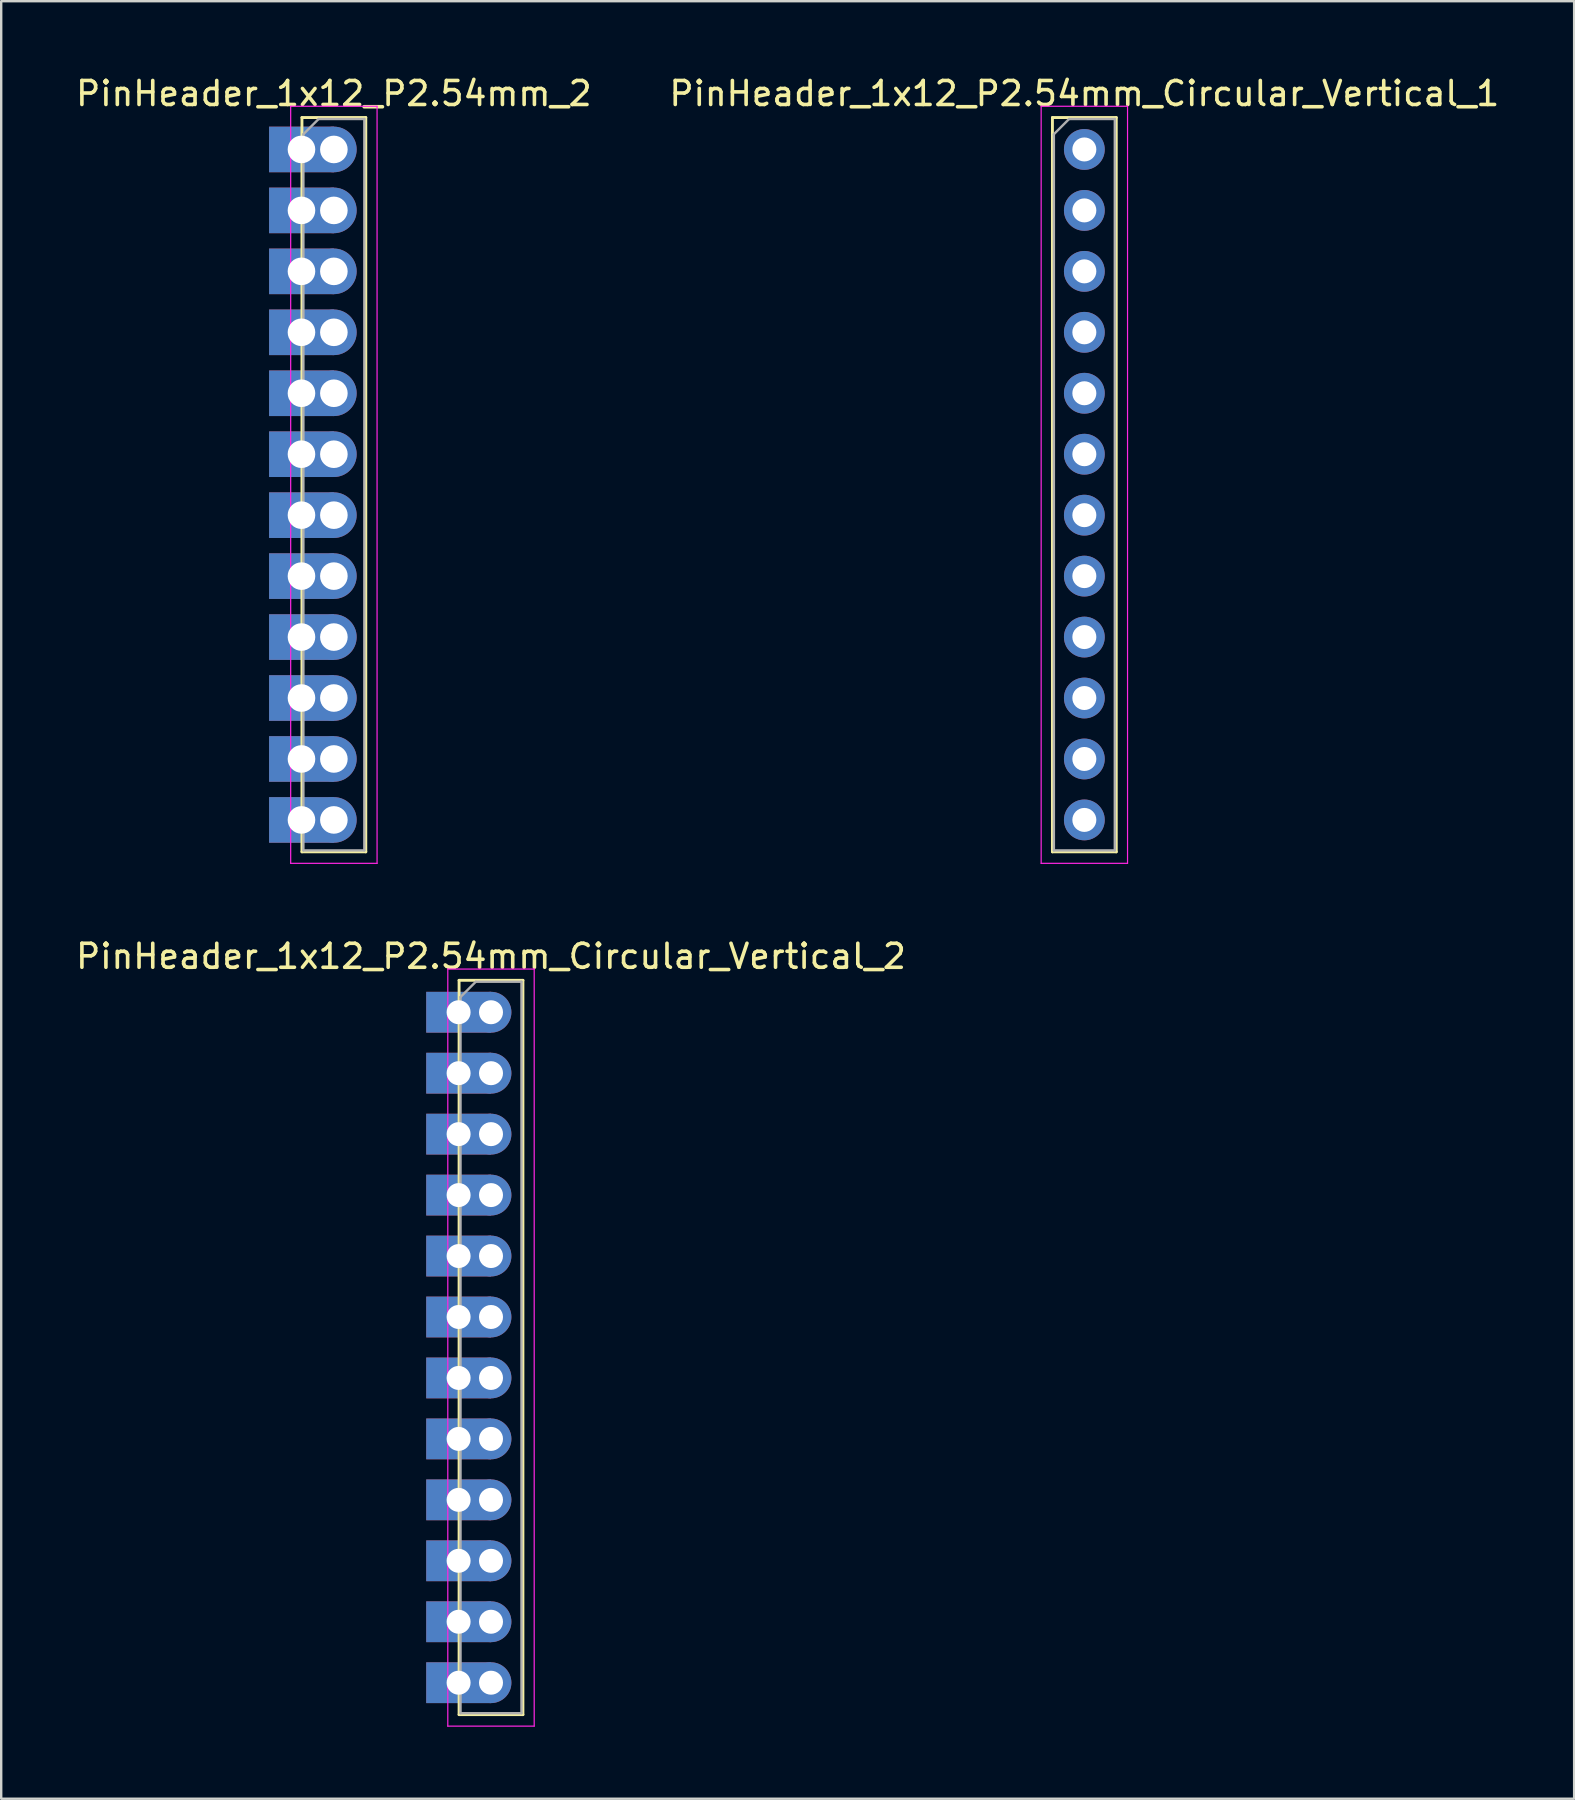
<source format=kicad_pcb>
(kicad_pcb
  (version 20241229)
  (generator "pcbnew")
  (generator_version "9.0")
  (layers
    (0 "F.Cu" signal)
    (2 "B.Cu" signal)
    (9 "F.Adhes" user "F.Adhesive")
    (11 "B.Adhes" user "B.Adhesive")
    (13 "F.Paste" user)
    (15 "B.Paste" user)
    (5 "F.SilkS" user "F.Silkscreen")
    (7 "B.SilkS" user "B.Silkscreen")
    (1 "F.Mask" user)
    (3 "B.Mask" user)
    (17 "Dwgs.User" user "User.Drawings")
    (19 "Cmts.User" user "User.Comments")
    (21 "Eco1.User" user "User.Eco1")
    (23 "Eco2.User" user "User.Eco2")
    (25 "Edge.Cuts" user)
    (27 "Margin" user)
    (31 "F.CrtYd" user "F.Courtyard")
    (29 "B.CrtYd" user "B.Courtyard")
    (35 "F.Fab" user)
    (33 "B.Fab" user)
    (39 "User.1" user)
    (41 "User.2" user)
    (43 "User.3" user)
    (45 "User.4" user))
  (footprint "PinHeader_1x12_P2.54mm_Circular_Vertical_1"
    (layer "F.Cu")
    (at 42.137 3.178)
    (property "Reference" "PinHeader_1x12_P2.54mm_Circular_Vertical_1" (at 0 -2.33 0) (layer "F.SilkS") (effects (font (size 1 1) (thickness 0.15))))
    (attr through_hole)
    (fp_line (start -1.33 -1.33) (end -1.33 29.27) (stroke (width 0.12) (type solid)) (layer "F.SilkS"))
    (fp_line (start -1.33 -1.33) (end 1.33 -1.33) (stroke (width 0.12) (type solid)) (layer "F.SilkS"))
    (fp_line (start -1.33 29.27) (end 1.33 29.27) (stroke (width 0.12) (type solid)) (layer "F.SilkS"))
    (fp_line (start 1.33 -1.33) (end 1.33 29.27) (stroke (width 0.12) (type solid)) (layer "F.SilkS"))
    (fp_line (start -1.8 -1.8) (end -1.8 29.75) (stroke (width 0.05) (type solid)) (layer "F.CrtYd"))
    (fp_line (start -1.8 29.75) (end 1.8 29.75) (stroke (width 0.05) (type solid)) (layer "F.CrtYd"))
    (fp_line (start 1.8 -1.8) (end -1.8 -1.8) (stroke (width 0.05) (type solid)) (layer "F.CrtYd"))
    (fp_line (start 1.8 29.75) (end 1.8 -1.8) (stroke (width 0.05) (type solid)) (layer "F.CrtYd"))
    (fp_line (start -1.27 -0.635) (end -0.635 -1.27) (stroke (width 0.1) (type solid)) (layer "F.Fab"))
    (fp_line (start -1.27 29.21) (end -1.27 -0.635) (stroke (width 0.1) (type solid)) (layer "F.Fab"))
    (fp_line (start -0.635 -1.27) (end 1.27 -1.27) (stroke (width 0.1) (type solid)) (layer "F.Fab"))
    (fp_line (start 1.27 -1.27) (end 1.27 29.21) (stroke (width 0.1) (type solid)) (layer "F.Fab"))
    (fp_line (start 1.27 29.21) (end -1.27 29.21) (stroke (width 0.1) (type solid)) (layer "F.Fab"))
    (pad "1" thru_hole circle (at 0 0) (size 1.7 1.7) (drill 1) (layers "*.Cu" "*.Mask"))
    (pad "2" thru_hole oval (at 0 2.54) (size 1.7 1.7) (drill 1) (layers "*.Cu" "*.Mask"))
    (pad "3" thru_hole oval (at 0 5.08) (size 1.7 1.7) (drill 1) (layers "*.Cu" "*.Mask"))
    (pad "4" thru_hole oval (at 0 7.62) (size 1.7 1.7) (drill 1) (layers "*.Cu" "*.Mask"))
    (pad "5" thru_hole oval (at 0 10.16) (size 1.7 1.7) (drill 1) (layers "*.Cu" "*.Mask"))
    (pad "6" thru_hole oval (at 0 12.7) (size 1.7 1.7) (drill 1) (layers "*.Cu" "*.Mask"))
    (pad "7" thru_hole oval (at 0 15.24) (size 1.7 1.7) (drill 1) (layers "*.Cu" "*.Mask"))
    (pad "8" thru_hole oval (at 0 17.78) (size 1.7 1.7) (drill 1) (layers "*.Cu" "*.Mask"))
    (pad "9" thru_hole oval (at 0 20.32) (size 1.7 1.7) (drill 1) (layers "*.Cu" "*.Mask"))
    (pad "10" thru_hole oval (at 0 22.86) (size 1.7 1.7) (drill 1) (layers "*.Cu" "*.Mask"))
    (pad "11" thru_hole oval (at 0 25.4) (size 1.7 1.7) (drill 1) (layers "*.Cu" "*.Mask"))
    (pad "12" thru_hole oval (at 0 27.94) (size 1.7 1.7) (drill 1) (layers "*.Cu" "*.Mask")))
  (footprint "PinHeader_1x12_P2.54mm_2"
    (layer "F.Cu")
    (at 10.863 3.178)
    (property "Reference" "PinHeader_1x12_P2.54mm_2" (at 0 -2.33 0) (layer "F.SilkS") (effects (font (size 1 1) (thickness 0.15))))
    (attr through_hole)
    (fp_line (start -1.33 -1.33) (end -1.33 29.27) (stroke (width 0.12) (type solid)) (layer "F.SilkS"))
    (fp_line (start -1.33 -1.33) (end 1.33 -1.33) (stroke (width 0.12) (type solid)) (layer "F.SilkS"))
    (fp_line (start -1.33 29.27) (end 1.33 29.27) (stroke (width 0.12) (type solid)) (layer "F.SilkS"))
    (fp_line (start 1.33 -1.33) (end 1.33 29.27) (stroke (width 0.12) (type solid)) (layer "F.SilkS"))
    (fp_line (start -1.8 -1.8) (end -1.8 29.75) (stroke (width 0.05) (type solid)) (layer "F.CrtYd"))
    (fp_line (start -1.8 29.75) (end 1.8 29.75) (stroke (width 0.05) (type solid)) (layer "F.CrtYd"))
    (fp_line (start 1.8 -1.8) (end -1.8 -1.8) (stroke (width 0.05) (type solid)) (layer "F.CrtYd"))
    (fp_line (start 1.8 29.75) (end 1.8 -1.8) (stroke (width 0.05) (type solid)) (layer "F.CrtYd"))
    (fp_line (start -1.27 -0.635) (end -0.635 -1.27) (stroke (width 0.1) (type solid)) (layer "F.Fab"))
    (fp_line (start -1.27 29.21) (end -1.27 -0.635) (stroke (width 0.1) (type solid)) (layer "F.Fab"))
    (fp_line (start -0.635 -1.27) (end 1.27 -1.27) (stroke (width 0.1) (type solid)) (layer "F.Fab"))
    (fp_line (start 1.27 -1.27) (end 1.27 29.21) (stroke (width 0.1) (type solid)) (layer "F.Fab"))
    (fp_line (start 1.27 29.21) (end -1.27 29.21) (stroke (width 0.1) (type solid)) (layer "F.Fab"))
    (pad "1" thru_hole rect (at -1.35 0) (size 2.7 1.9) (drill 1.15) (layers "*.Cu" "*.Mask"))
    (pad "1" thru_hole circle (at 0 0) (size 1.9 1.9) (drill 1.15) (layers "*.Cu" "*.Mask"))
    (pad "2" thru_hole rect (at -1.35 2.54) (size 2.7 1.9) (drill 1.15) (layers "*.Cu" "*.Mask"))
    (pad "2" thru_hole circle (at 0 2.54) (size 1.9 1.9) (drill 1.15) (layers "*.Cu" "*.Mask"))
    (pad "3" thru_hole rect (at -1.35 5.08) (size 2.7 1.9) (drill 1.15) (layers "*.Cu" "*.Mask"))
    (pad "3" thru_hole circle (at 0 5.08) (size 1.9 1.9) (drill 1.15) (layers "*.Cu" "*.Mask"))
    (pad "4" thru_hole rect (at -1.35 7.62) (size 2.7 1.9) (drill 1.15) (layers "*.Cu" "*.Mask"))
    (pad "4" thru_hole circle (at 0 7.62) (size 1.9 1.9) (drill 1.15) (layers "*.Cu" "*.Mask"))
    (pad "5" thru_hole rect (at -1.35 10.16) (size 2.7 1.9) (drill 1.15) (layers "*.Cu" "*.Mask"))
    (pad "5" thru_hole circle (at 0 10.16) (size 1.9 1.9) (drill 1.15) (layers "*.Cu" "*.Mask"))
    (pad "6" thru_hole rect (at -1.35 12.7) (size 2.7 1.9) (drill 1.15) (layers "*.Cu" "*.Mask"))
    (pad "6" thru_hole circle (at 0 12.7) (size 1.9 1.9) (drill 1.15) (layers "*.Cu" "*.Mask"))
    (pad "7" thru_hole rect (at -1.35 15.24) (size 2.7 1.9) (drill 1.15) (layers "*.Cu" "*.Mask"))
    (pad "7" thru_hole circle (at 0 15.24) (size 1.9 1.9) (drill 1.15) (layers "*.Cu" "*.Mask"))
    (pad "8" thru_hole rect (at -1.35 17.78) (size 2.7 1.9) (drill 1.15) (layers "*.Cu" "*.Mask"))
    (pad "8" thru_hole circle (at 0 17.78) (size 1.9 1.9) (drill 1.15) (layers "*.Cu" "*.Mask"))
    (pad "9" thru_hole rect (at -1.35 20.32) (size 2.7 1.9) (drill 1.15) (layers "*.Cu" "*.Mask"))
    (pad "9" thru_hole circle (at 0 20.32) (size 1.9 1.9) (drill 1.15) (layers "*.Cu" "*.Mask"))
    (pad "10" thru_hole rect (at -1.35 22.86) (size 2.7 1.9) (drill 1.15) (layers "*.Cu" "*.Mask"))
    (pad "10" thru_hole circle (at 0 22.86) (size 1.9 1.9) (drill 1.15) (layers "*.Cu" "*.Mask"))
    (pad "11" thru_hole rect (at -1.35 25.4) (size 2.7 1.9) (drill 1.15) (layers "*.Cu" "*.Mask"))
    (pad "11" thru_hole circle (at 0 25.4) (size 1.9 1.9) (drill 1.15) (layers "*.Cu" "*.Mask"))
    (pad "12" thru_hole rect (at -1.35 27.94) (size 2.7 1.9) (drill 1.15) (layers "*.Cu" "*.Mask"))
    (pad "12" thru_hole circle (at 0 27.94) (size 1.9 1.9) (drill 1.15) (layers "*.Cu" "*.Mask")))
  (footprint "PinHeader_1x12_P2.54mm_Circular_Vertical_2"
    (layer "F.Cu")
    (at 17.411 39.132)
    (property "Reference" "PinHeader_1x12_P2.54mm_Circular_Vertical_2" (at 0 -2.33 0) (layer "F.SilkS") (effects (font (size 1 1) (thickness 0.15))))
    (attr through_hole)
    (fp_line (start -1.33 -1.33) (end -1.33 29.27) (stroke (width 0.12) (type solid)) (layer "F.SilkS"))
    (fp_line (start -1.33 -1.33) (end 1.33 -1.33) (stroke (width 0.12) (type solid)) (layer "F.SilkS"))
    (fp_line (start -1.33 29.27) (end 1.33 29.27) (stroke (width 0.12) (type solid)) (layer "F.SilkS"))
    (fp_line (start 1.33 -1.33) (end 1.33 29.27) (stroke (width 0.12) (type solid)) (layer "F.SilkS"))
    (fp_line (start -1.8 -1.8) (end -1.8 29.75) (stroke (width 0.05) (type solid)) (layer "F.CrtYd"))
    (fp_line (start -1.8 29.75) (end 1.8 29.75) (stroke (width 0.05) (type solid)) (layer "F.CrtYd"))
    (fp_line (start 1.8 -1.8) (end -1.8 -1.8) (stroke (width 0.05) (type solid)) (layer "F.CrtYd"))
    (fp_line (start 1.8 29.75) (end 1.8 -1.8) (stroke (width 0.05) (type solid)) (layer "F.CrtYd"))
    (fp_line (start -1.27 -0.635) (end -0.635 -1.27) (stroke (width 0.1) (type solid)) (layer "F.Fab"))
    (fp_line (start -1.27 29.21) (end -1.27 -0.635) (stroke (width 0.1) (type solid)) (layer "F.Fab"))
    (fp_line (start -0.635 -1.27) (end 1.27 -1.27) (stroke (width 0.1) (type solid)) (layer "F.Fab"))
    (fp_line (start 1.27 -1.27) (end 1.27 29.21) (stroke (width 0.1) (type solid)) (layer "F.Fab"))
    (fp_line (start 1.27 29.21) (end -1.27 29.21) (stroke (width 0.1) (type solid)) (layer "F.Fab"))
    (pad "1" thru_hole rect (at -1.35 0) (size 2.7 1.7) (drill 1) (layers "*.Cu" "*.Mask"))
    (pad "1" thru_hole circle (at 0 0) (size 1.7 1.7) (drill 1) (layers "*.Cu" "*.Mask"))
    (pad "2" thru_hole rect (at -1.35 2.54) (size 2.7 1.7) (drill 1) (layers "*.Cu" "*.Mask"))
    (pad "2" thru_hole circle (at 0 2.54) (size 1.7 1.7) (drill 1) (layers "*.Cu" "*.Mask"))
    (pad "3" thru_hole rect (at -1.35 5.08) (size 2.7 1.7) (drill 1) (layers "*.Cu" "*.Mask"))
    (pad "3" thru_hole circle (at 0 5.08) (size 1.7 1.7) (drill 1) (layers "*.Cu" "*.Mask"))
    (pad "4" thru_hole rect (at -1.35 7.62) (size 2.7 1.7) (drill 1) (layers "*.Cu" "*.Mask"))
    (pad "4" thru_hole circle (at 0 7.62) (size 1.7 1.7) (drill 1) (layers "*.Cu" "*.Mask"))
    (pad "5" thru_hole rect (at -1.35 10.16) (size 2.7 1.7) (drill 1) (layers "*.Cu" "*.Mask"))
    (pad "5" thru_hole circle (at 0 10.16) (size 1.7 1.7) (drill 1) (layers "*.Cu" "*.Mask"))
    (pad "6" thru_hole rect (at -1.35 12.7) (size 2.7 1.7) (drill 1) (layers "*.Cu" "*.Mask"))
    (pad "6" thru_hole circle (at 0 12.7) (size 1.7 1.7) (drill 1) (layers "*.Cu" "*.Mask"))
    (pad "7" thru_hole rect (at -1.35 15.24) (size 2.7 1.7) (drill 1) (layers "*.Cu" "*.Mask"))
    (pad "7" thru_hole circle (at 0 15.24) (size 1.7 1.7) (drill 1) (layers "*.Cu" "*.Mask"))
    (pad "8" thru_hole rect (at -1.35 17.78) (size 2.7 1.7) (drill 1) (layers "*.Cu" "*.Mask"))
    (pad "8" thru_hole circle (at 0 17.78) (size 1.7 1.7) (drill 1) (layers "*.Cu" "*.Mask"))
    (pad "9" thru_hole rect (at -1.35 20.32) (size 2.7 1.7) (drill 1) (layers "*.Cu" "*.Mask"))
    (pad "9" thru_hole circle (at 0 20.32) (size 1.7 1.7) (drill 1) (layers "*.Cu" "*.Mask"))
    (pad "10" thru_hole rect (at -1.35 22.86) (size 2.7 1.7) (drill 1) (layers "*.Cu" "*.Mask"))
    (pad "10" thru_hole circle (at 0 22.86) (size 1.7 1.7) (drill 1) (layers "*.Cu" "*.Mask"))
    (pad "11" thru_hole rect (at -1.35 25.4) (size 2.7 1.7) (drill 1) (layers "*.Cu" "*.Mask"))
    (pad "11" thru_hole circle (at 0 25.4) (size 1.7 1.7) (drill 1) (layers "*.Cu" "*.Mask"))
    (pad "12" thru_hole rect (at -1.35 27.94) (size 2.7 1.7) (drill 1) (layers "*.Cu" "*.Mask"))
    (pad "12" thru_hole circle (at 0 27.94) (size 1.7 1.7) (drill 1) (layers "*.Cu" "*.Mask")))
  (gr_rect
    (start -3 -3)
    (end 62.548 71.906)
    (stroke (width 0.1) (type default))
    (fill no)
    (layer "Edge.Cuts")))
</source>
